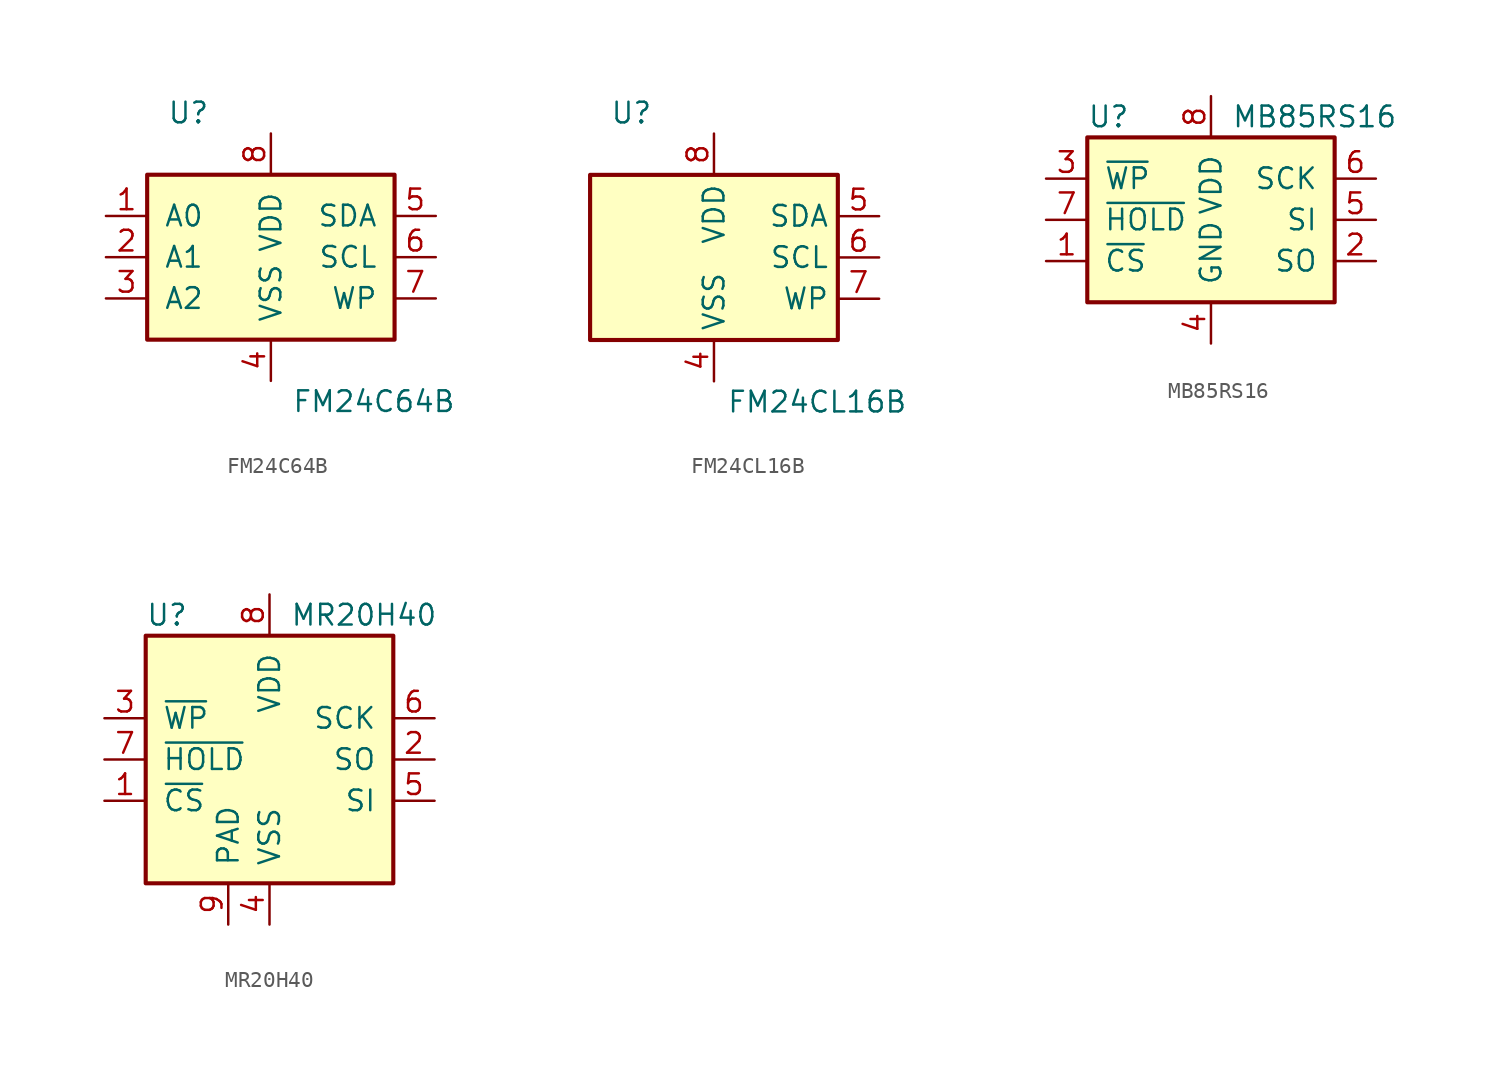
<source format=kicad_sym>
(kicad_symbol_lib
  (version 20220914)
  (generator kicad_symbol_editor)
  (symbol "FM24C64B"
    (pin_names
      (offset 1.016))
    (property "Reference" "U"
      (at -5.08 8.89 0)
      (effects (font (size 1.27 1.27))))
    (property "Value" "FM24C64B"
      (at 6.35 -8.89 0)
      (effects (font (size 1.27 1.27))))
    (symbol "FM24C64B_0_1"
      (rectangle (start -7.62 5.08) (end 7.62 -5.08) (stroke (width 0.254) (type default)) (fill (type background))))
    (symbol "FM24C64B_1_1"
      (pin input line (at -10.16 2.54 0) (length 2.54) (name "A0" (effects (font (size 1.27 1.27)))) (number "1" (effects (font (size 1.27 1.27)))))
      (pin input line (at -10.16 0 0) (length 2.54) (name "A1" (effects (font (size 1.27 1.27)))) (number "2" (effects (font (size 1.27 1.27)))))
      (pin input line (at -10.16 -2.54 0) (length 2.54) (name "A2" (effects (font (size 1.27 1.27)))) (number "3" (effects (font (size 1.27 1.27)))))
      (pin power_in line (at 0 -7.62 90) (length 2.54) (name "VSS" (effects (font (size 1.27 1.27)))) (number "4" (effects (font (size 1.27 1.27)))))
      (pin bidirectional line (at 10.16 2.54 180) (length 2.54) (name "SDA" (effects (font (size 1.27 1.27)))) (number "5" (effects (font (size 1.27 1.27)))))
      (pin input line (at 10.16 0 180) (length 2.54) (name "SCL" (effects (font (size 1.27 1.27)))) (number "6" (effects (font (size 1.27 1.27)))))
      (pin input line (at 10.16 -2.54 180) (length 2.54) (name "WP" (effects (font (size 1.27 1.27)))) (number "7" (effects (font (size 1.27 1.27)))))
      (pin power_in line (at 0 7.62 270) (length 2.54) (name "VDD" (effects (font (size 1.27 1.27)))) (number "8" (effects (font (size 1.27 1.27)))))))
  (symbol "FM24CL16B"
    (property "Reference" "U"
      (at -5.08 8.89 0)
      (effects (font (size 1.27 1.27))))
    (property "Value" "FM24CL16B"
      (at 6.35 -8.89 0)
      (effects (font (size 1.27 1.27))))
    (symbol "FM24CL16B_0_1"
      (rectangle (start -7.62 5.08) (end 7.62 -5.08) (stroke (width 0.254) (type default)) (fill (type background))))
    (symbol "FM24CL16B_1_1"
      (pin no_connect line (at -7.62 2.54 0) (length 2.54) hide (name "~" (effects (font (size 1.27 1.27)))) (number "1" (effects (font (size 1.27 1.27)))))
      (pin no_connect line (at -7.62 -2.54 0) (length 2.54) hide (name "~" (effects (font (size 1.27 1.27)))) (number "2" (effects (font (size 1.27 1.27)))))
      (pin no_connect line (at -7.62 0 0) (length 2.54) hide (name "~" (effects (font (size 1.27 1.27)))) (number "3" (effects (font (size 1.27 1.27)))))
      (pin power_in line (at 0 -7.62 90) (length 2.54) (name "VSS" (effects (font (size 1.27 1.27)))) (number "4" (effects (font (size 1.27 1.27)))))
      (pin bidirectional line (at 10.16 2.54 180) (length 2.54) (name "SDA" (effects (font (size 1.27 1.27)))) (number "5" (effects (font (size 1.27 1.27)))))
      (pin input line (at 10.16 0 180) (length 2.54) (name "SCL" (effects (font (size 1.27 1.27)))) (number "6" (effects (font (size 1.27 1.27)))))
      (pin input line (at 10.16 -2.54 180) (length 2.54) (name "WP" (effects (font (size 1.27 1.27)))) (number "7" (effects (font (size 1.27 1.27)))))
      (pin power_in line (at 0 7.62 270) (length 2.54) (name "VDD" (effects (font (size 1.27 1.27)))) (number "8" (effects (font (size 1.27 1.27)))))))
  (symbol "MB85RS16"
    (pin_names
      (offset 1.016))
    (property "Reference" "U"
      (at -7.62 6.35 0)
      (effects (font (size 1.27 1.27)) (justify left)))
    (property "Value" "MB85RS16"
      (at 1.27 6.35 0)
      (effects (font (size 1.27 1.27)) (justify left)))
    (symbol "MB85RS16_0_1"
      (rectangle (start -7.62 5.08) (end 7.62 -5.08) (stroke (width 0.254) (type default)) (fill (type background))))
    (symbol "MB85RS16_1_1"
      (pin input line (at -10.16 -2.54 0) (length 2.54) (name "~{CS}" (effects (font (size 1.27 1.27)))) (number "1" (effects (font (size 1.27 1.27)))))
      (pin output line (at 10.16 -2.54 180) (length 2.54) (name "SO" (effects (font (size 1.27 1.27)))) (number "2" (effects (font (size 1.27 1.27)))))
      (pin input line (at -10.16 2.54 0) (length 2.54) (name "~{WP}" (effects (font (size 1.27 1.27)))) (number "3" (effects (font (size 1.27 1.27)))))
      (pin power_in line (at 0 -7.62 90) (length 2.54) (name "GND" (effects (font (size 1.27 1.27)))) (number "4" (effects (font (size 1.27 1.27)))))
      (pin input line (at 10.16 0 180) (length 2.54) (name "SI" (effects (font (size 1.27 1.27)))) (number "5" (effects (font (size 1.27 1.27)))))
      (pin input line (at 10.16 2.54 180) (length 2.54) (name "SCK" (effects (font (size 1.27 1.27)))) (number "6" (effects (font (size 1.27 1.27)))))
      (pin input line (at -10.16 0 0) (length 2.54) (name "~{HOLD}" (effects (font (size 1.27 1.27)))) (number "7" (effects (font (size 1.27 1.27)))))
      (pin power_in line (at 0 7.62 270) (length 2.54) (name "VDD" (effects (font (size 1.27 1.27)))) (number "8" (effects (font (size 1.27 1.27)))))))
  (symbol "MR20H40"
    (pin_names
      (offset 1.016))
    (property "Reference" "U"
      (at -7.62 8.89 0)
      (effects (font (size 1.27 1.27)) (justify left)))
    (property "Value" "MR20H40"
      (at 1.27 8.89 0)
      (effects (font (size 1.27 1.27)) (justify left)))
    (symbol "MR20H40_0_1"
      (rectangle (start -7.62 7.62) (end 7.62 -7.62) (stroke (width 0.254) (type default)) (fill (type background))))
    (symbol "MR20H40_1_1"
      (pin input line (at -10.16 -2.54 0) (length 2.54) (name "~{CS}" (effects (font (size 1.27 1.27)))) (number "1" (effects (font (size 1.27 1.27)))))
      (pin output line (at 10.16 0 180) (length 2.54) (name "SO" (effects (font (size 1.27 1.27)))) (number "2" (effects (font (size 1.27 1.27)))))
      (pin input line (at -10.16 2.54 0) (length 2.54) (name "~{WP}" (effects (font (size 1.27 1.27)))) (number "3" (effects (font (size 1.27 1.27)))))
      (pin power_in line (at 0 -10.16 90) (length 2.54) (name "VSS" (effects (font (size 1.27 1.27)))) (number "4" (effects (font (size 1.27 1.27)))))
      (pin input line (at 10.16 -2.54 180) (length 2.54) (name "SI" (effects (font (size 1.27 1.27)))) (number "5" (effects (font (size 1.27 1.27)))))
      (pin input line (at 10.16 2.54 180) (length 2.54) (name "SCK" (effects (font (size 1.27 1.27)))) (number "6" (effects (font (size 1.27 1.27)))))
      (pin input line (at -10.16 0 0) (length 2.54) (name "~{HOLD}" (effects (font (size 1.27 1.27)))) (number "7" (effects (font (size 1.27 1.27)))))
      (pin power_in line (at 0 10.16 270) (length 2.54) (name "VDD" (effects (font (size 1.27 1.27)))) (number "8" (effects (font (size 1.27 1.27)))))
      (pin power_in line (at -2.54 -10.16 90) (length 2.54) (name "PAD" (effects (font (size 1.27 1.27)))) (number "9" (effects (font (size 1.27 1.27))))))))
</source>
